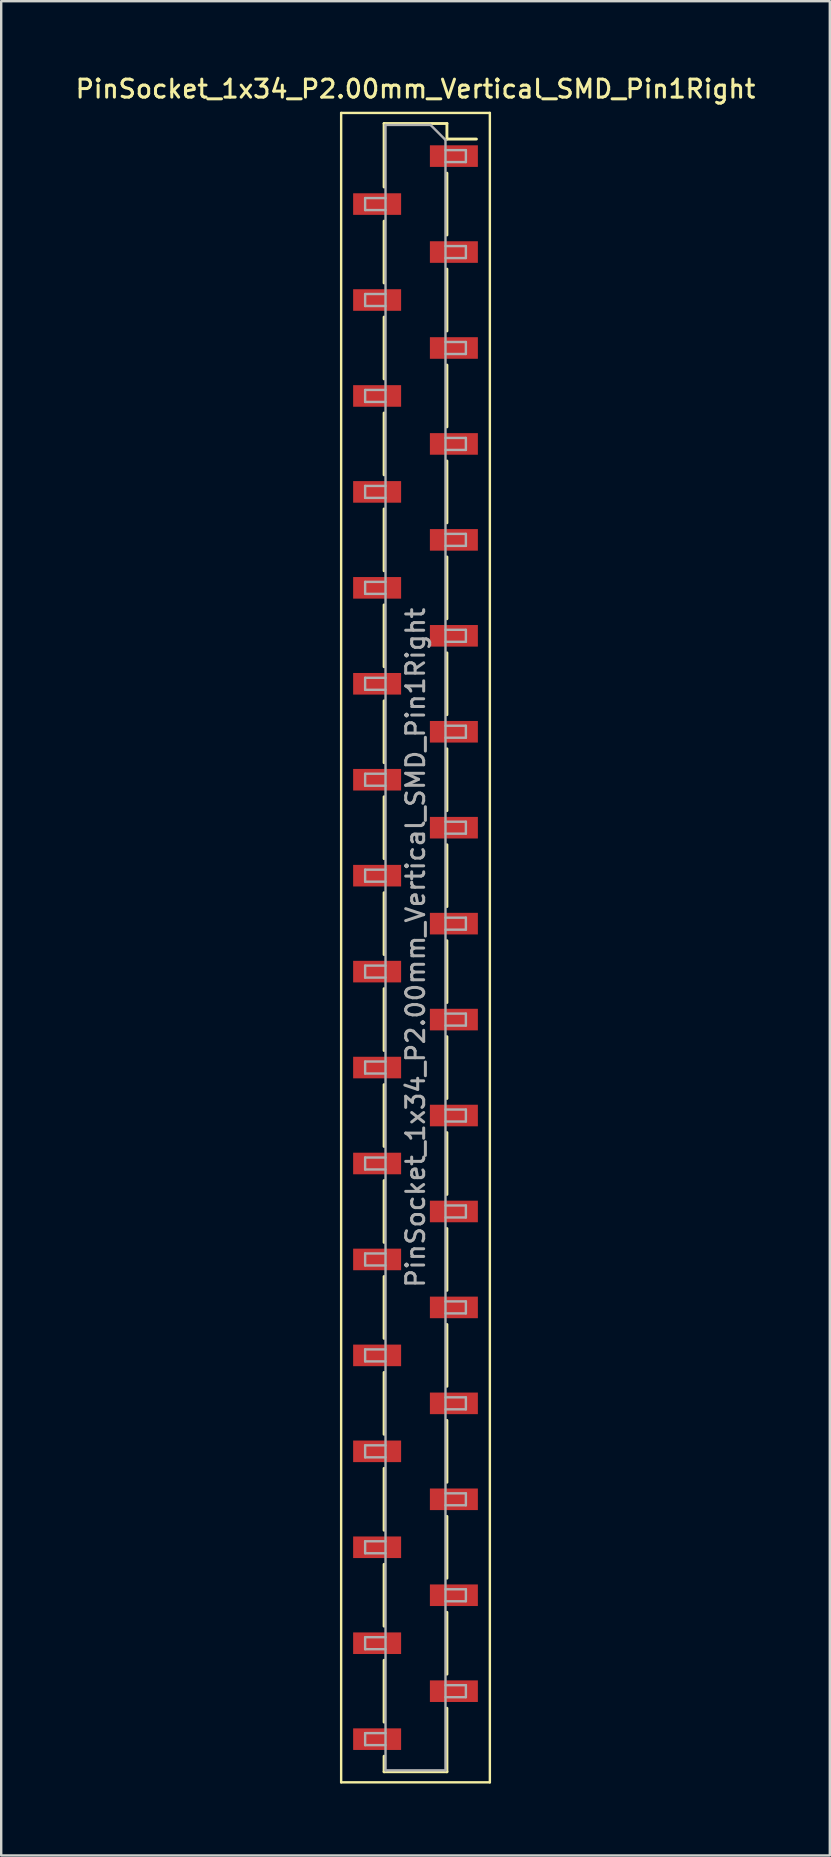
<source format=kicad_pcb>
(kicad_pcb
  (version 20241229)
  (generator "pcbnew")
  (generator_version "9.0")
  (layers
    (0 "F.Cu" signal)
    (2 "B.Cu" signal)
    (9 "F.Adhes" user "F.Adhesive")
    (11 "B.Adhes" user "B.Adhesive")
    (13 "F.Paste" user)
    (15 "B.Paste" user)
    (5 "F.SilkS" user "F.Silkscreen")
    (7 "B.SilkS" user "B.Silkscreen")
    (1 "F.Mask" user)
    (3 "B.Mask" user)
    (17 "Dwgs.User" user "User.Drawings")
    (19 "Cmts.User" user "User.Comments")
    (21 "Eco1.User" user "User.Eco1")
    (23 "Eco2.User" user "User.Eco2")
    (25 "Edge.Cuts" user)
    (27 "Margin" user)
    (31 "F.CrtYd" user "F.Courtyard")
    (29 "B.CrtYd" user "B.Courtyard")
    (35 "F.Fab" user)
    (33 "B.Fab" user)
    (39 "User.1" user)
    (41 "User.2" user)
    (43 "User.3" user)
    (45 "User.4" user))
  (footprint "PinSocket_1x34_P2.00mm_Vertical_SMD_Pin1Right"
    (layer "F.Cu")
    (at 14.273 36.458)
    (property "Reference" "PinSocket_1x34_P2.00mm_Vertical_SMD_Pin1Right" (at 0 -35.8 0) (layer "F.SilkS") (effects (font (size 0.75 0.75) (thickness 0.125))))
    (attr smd)
    (fp_line (start -3.1 -34.8) (end 3.1 -34.8) (stroke (width 0.1) (type solid)) (layer "F.SilkS"))
    (fp_line (start -3.1 34.8) (end -3.1 -34.8) (stroke (width 0.1) (type solid)) (layer "F.SilkS"))
    (fp_line (start -1.31 -34.36) (end -1.31 -31.71) (stroke (width 0.12) (type solid)) (layer "F.SilkS"))
    (fp_line (start -1.31 -34.36) (end 1.31 -34.36) (stroke (width 0.12) (type solid)) (layer "F.SilkS"))
    (fp_line (start -1.31 -30.29) (end -1.31 -27.71) (stroke (width 0.12) (type solid)) (layer "F.SilkS"))
    (fp_line (start -1.31 -26.29) (end -1.31 -23.71) (stroke (width 0.12) (type solid)) (layer "F.SilkS"))
    (fp_line (start -1.31 -22.29) (end -1.31 -19.71) (stroke (width 0.12) (type solid)) (layer "F.SilkS"))
    (fp_line (start -1.31 -18.29) (end -1.31 -15.71) (stroke (width 0.12) (type solid)) (layer "F.SilkS"))
    (fp_line (start -1.31 -14.29) (end -1.31 -11.71) (stroke (width 0.12) (type solid)) (layer "F.SilkS"))
    (fp_line (start -1.31 -10.29) (end -1.31 -7.71) (stroke (width 0.12) (type solid)) (layer "F.SilkS"))
    (fp_line (start -1.31 -6.29) (end -1.31 -3.71) (stroke (width 0.12) (type solid)) (layer "F.SilkS"))
    (fp_line (start -1.31 -2.29) (end -1.31 0.29) (stroke (width 0.12) (type solid)) (layer "F.SilkS"))
    (fp_line (start -1.31 1.71) (end -1.31 4.29) (stroke (width 0.12) (type solid)) (layer "F.SilkS"))
    (fp_line (start -1.31 5.71) (end -1.31 8.29) (stroke (width 0.12) (type solid)) (layer "F.SilkS"))
    (fp_line (start -1.31 9.71) (end -1.31 12.29) (stroke (width 0.12) (type solid)) (layer "F.SilkS"))
    (fp_line (start -1.31 13.71) (end -1.31 16.29) (stroke (width 0.12) (type solid)) (layer "F.SilkS"))
    (fp_line (start -1.31 17.71) (end -1.31 20.29) (stroke (width 0.12) (type solid)) (layer "F.SilkS"))
    (fp_line (start -1.31 21.71) (end -1.31 24.29) (stroke (width 0.12) (type solid)) (layer "F.SilkS"))
    (fp_line (start -1.31 25.71) (end -1.31 28.29) (stroke (width 0.12) (type solid)) (layer "F.SilkS"))
    (fp_line (start -1.31 29.71) (end -1.31 32.29) (stroke (width 0.12) (type solid)) (layer "F.SilkS"))
    (fp_line (start -1.31 33.71) (end -1.31 34.36) (stroke (width 0.12) (type solid)) (layer "F.SilkS"))
    (fp_line (start -1.31 34.36) (end 1.31 34.36) (stroke (width 0.12) (type solid)) (layer "F.SilkS"))
    (fp_line (start 1.31 -34.36) (end 1.31 -33.71) (stroke (width 0.12) (type solid)) (layer "F.SilkS"))
    (fp_line (start 1.31 -33.71) (end 2.54 -33.71) (stroke (width 0.12) (type solid)) (layer "F.SilkS"))
    (fp_line (start 1.31 -32.29) (end 1.31 -29.71) (stroke (width 0.12) (type solid)) (layer "F.SilkS"))
    (fp_line (start 1.31 -28.29) (end 1.31 -25.71) (stroke (width 0.12) (type solid)) (layer "F.SilkS"))
    (fp_line (start 1.31 -24.29) (end 1.31 -21.71) (stroke (width 0.12) (type solid)) (layer "F.SilkS"))
    (fp_line (start 1.31 -20.29) (end 1.31 -17.71) (stroke (width 0.12) (type solid)) (layer "F.SilkS"))
    (fp_line (start 1.31 -16.29) (end 1.31 -13.71) (stroke (width 0.12) (type solid)) (layer "F.SilkS"))
    (fp_line (start 1.31 -12.29) (end 1.31 -9.71) (stroke (width 0.12) (type solid)) (layer "F.SilkS"))
    (fp_line (start 1.31 -8.29) (end 1.31 -5.71) (stroke (width 0.12) (type solid)) (layer "F.SilkS"))
    (fp_line (start 1.31 -4.29) (end 1.31 -1.71) (stroke (width 0.12) (type solid)) (layer "F.SilkS"))
    (fp_line (start 1.31 -0.29) (end 1.31 2.29) (stroke (width 0.12) (type solid)) (layer "F.SilkS"))
    (fp_line (start 1.31 3.71) (end 1.31 6.29) (stroke (width 0.12) (type solid)) (layer "F.SilkS"))
    (fp_line (start 1.31 7.71) (end 1.31 10.29) (stroke (width 0.12) (type solid)) (layer "F.SilkS"))
    (fp_line (start 1.31 11.71) (end 1.31 14.29) (stroke (width 0.12) (type solid)) (layer "F.SilkS"))
    (fp_line (start 1.31 15.71) (end 1.31 18.29) (stroke (width 0.12) (type solid)) (layer "F.SilkS"))
    (fp_line (start 1.31 19.71) (end 1.31 22.29) (stroke (width 0.12) (type solid)) (layer "F.SilkS"))
    (fp_line (start 1.31 23.71) (end 1.31 26.29) (stroke (width 0.12) (type solid)) (layer "F.SilkS"))
    (fp_line (start 1.31 27.71) (end 1.31 30.29) (stroke (width 0.12) (type solid)) (layer "F.SilkS"))
    (fp_line (start 1.31 31.71) (end 1.31 34.36) (stroke (width 0.12) (type solid)) (layer "F.SilkS"))
    (fp_line (start 3.1 -34.8) (end 3.1 34.8) (stroke (width 0.1) (type solid)) (layer "F.SilkS"))
    (fp_line (start 3.1 34.8) (end -3.1 34.8) (stroke (width 0.1) (type solid)) (layer "F.SilkS"))
    (fp_line (start -2.1 -31.25) (end -1.25 -31.25) (stroke (width 0.1) (type solid)) (layer "F.Fab"))
    (fp_line (start -2.1 -30.75) (end -2.1 -31.25) (stroke (width 0.1) (type solid)) (layer "F.Fab"))
    (fp_line (start -2.1 -27.25) (end -1.25 -27.25) (stroke (width 0.1) (type solid)) (layer "F.Fab"))
    (fp_line (start -2.1 -26.75) (end -2.1 -27.25) (stroke (width 0.1) (type solid)) (layer "F.Fab"))
    (fp_line (start -2.1 -23.25) (end -1.25 -23.25) (stroke (width 0.1) (type solid)) (layer "F.Fab"))
    (fp_line (start -2.1 -22.75) (end -2.1 -23.25) (stroke (width 0.1) (type solid)) (layer "F.Fab"))
    (fp_line (start -2.1 -19.25) (end -1.25 -19.25) (stroke (width 0.1) (type solid)) (layer "F.Fab"))
    (fp_line (start -2.1 -18.75) (end -2.1 -19.25) (stroke (width 0.1) (type solid)) (layer "F.Fab"))
    (fp_line (start -2.1 -15.25) (end -1.25 -15.25) (stroke (width 0.1) (type solid)) (layer "F.Fab"))
    (fp_line (start -2.1 -14.75) (end -2.1 -15.25) (stroke (width 0.1) (type solid)) (layer "F.Fab"))
    (fp_line (start -2.1 -11.25) (end -1.25 -11.25) (stroke (width 0.1) (type solid)) (layer "F.Fab"))
    (fp_line (start -2.1 -10.75) (end -2.1 -11.25) (stroke (width 0.1) (type solid)) (layer "F.Fab"))
    (fp_line (start -2.1 -7.25) (end -1.25 -7.25) (stroke (width 0.1) (type solid)) (layer "F.Fab"))
    (fp_line (start -2.1 -6.75) (end -2.1 -7.25) (stroke (width 0.1) (type solid)) (layer "F.Fab"))
    (fp_line (start -2.1 -3.25) (end -1.25 -3.25) (stroke (width 0.1) (type solid)) (layer "F.Fab"))
    (fp_line (start -2.1 -2.75) (end -2.1 -3.25) (stroke (width 0.1) (type solid)) (layer "F.Fab"))
    (fp_line (start -2.1 0.75) (end -1.25 0.75) (stroke (width 0.1) (type solid)) (layer "F.Fab"))
    (fp_line (start -2.1 1.25) (end -2.1 0.75) (stroke (width 0.1) (type solid)) (layer "F.Fab"))
    (fp_line (start -2.1 4.75) (end -1.25 4.75) (stroke (width 0.1) (type solid)) (layer "F.Fab"))
    (fp_line (start -2.1 5.25) (end -2.1 4.75) (stroke (width 0.1) (type solid)) (layer "F.Fab"))
    (fp_line (start -2.1 8.75) (end -1.25 8.75) (stroke (width 0.1) (type solid)) (layer "F.Fab"))
    (fp_line (start -2.1 9.25) (end -2.1 8.75) (stroke (width 0.1) (type solid)) (layer "F.Fab"))
    (fp_line (start -2.1 12.75) (end -1.25 12.75) (stroke (width 0.1) (type solid)) (layer "F.Fab"))
    (fp_line (start -2.1 13.25) (end -2.1 12.75) (stroke (width 0.1) (type solid)) (layer "F.Fab"))
    (fp_line (start -2.1 16.75) (end -1.25 16.75) (stroke (width 0.1) (type solid)) (layer "F.Fab"))
    (fp_line (start -2.1 17.25) (end -2.1 16.75) (stroke (width 0.1) (type solid)) (layer "F.Fab"))
    (fp_line (start -2.1 20.75) (end -1.25 20.75) (stroke (width 0.1) (type solid)) (layer "F.Fab"))
    (fp_line (start -2.1 21.25) (end -2.1 20.75) (stroke (width 0.1) (type solid)) (layer "F.Fab"))
    (fp_line (start -2.1 24.75) (end -1.25 24.75) (stroke (width 0.1) (type solid)) (layer "F.Fab"))
    (fp_line (start -2.1 25.25) (end -2.1 24.75) (stroke (width 0.1) (type solid)) (layer "F.Fab"))
    (fp_line (start -2.1 28.75) (end -1.25 28.75) (stroke (width 0.1) (type solid)) (layer "F.Fab"))
    (fp_line (start -2.1 29.25) (end -2.1 28.75) (stroke (width 0.1) (type solid)) (layer "F.Fab"))
    (fp_line (start -2.1 32.75) (end -1.25 32.75) (stroke (width 0.1) (type solid)) (layer "F.Fab"))
    (fp_line (start -2.1 33.25) (end -2.1 32.75) (stroke (width 0.1) (type solid)) (layer "F.Fab"))
    (fp_line (start -1.25 -34.3) (end 0.625 -34.3) (stroke (width 0.1) (type solid)) (layer "F.Fab"))
    (fp_line (start -1.25 -30.75) (end -2.1 -30.75) (stroke (width 0.1) (type solid)) (layer "F.Fab"))
    (fp_line (start -1.25 -26.75) (end -2.1 -26.75) (stroke (width 0.1) (type solid)) (layer "F.Fab"))
    (fp_line (start -1.25 -22.75) (end -2.1 -22.75) (stroke (width 0.1) (type solid)) (layer "F.Fab"))
    (fp_line (start -1.25 -18.75) (end -2.1 -18.75) (stroke (width 0.1) (type solid)) (layer "F.Fab"))
    (fp_line (start -1.25 -14.75) (end -2.1 -14.75) (stroke (width 0.1) (type solid)) (layer "F.Fab"))
    (fp_line (start -1.25 -10.75) (end -2.1 -10.75) (stroke (width 0.1) (type solid)) (layer "F.Fab"))
    (fp_line (start -1.25 -6.75) (end -2.1 -6.75) (stroke (width 0.1) (type solid)) (layer "F.Fab"))
    (fp_line (start -1.25 -2.75) (end -2.1 -2.75) (stroke (width 0.1) (type solid)) (layer "F.Fab"))
    (fp_line (start -1.25 1.25) (end -2.1 1.25) (stroke (width 0.1) (type solid)) (layer "F.Fab"))
    (fp_line (start -1.25 5.25) (end -2.1 5.25) (stroke (width 0.1) (type solid)) (layer "F.Fab"))
    (fp_line (start -1.25 9.25) (end -2.1 9.25) (stroke (width 0.1) (type solid)) (layer "F.Fab"))
    (fp_line (start -1.25 13.25) (end -2.1 13.25) (stroke (width 0.1) (type solid)) (layer "F.Fab"))
    (fp_line (start -1.25 17.25) (end -2.1 17.25) (stroke (width 0.1) (type solid)) (layer "F.Fab"))
    (fp_line (start -1.25 21.25) (end -2.1 21.25) (stroke (width 0.1) (type solid)) (layer "F.Fab"))
    (fp_line (start -1.25 25.25) (end -2.1 25.25) (stroke (width 0.1) (type solid)) (layer "F.Fab"))
    (fp_line (start -1.25 29.25) (end -2.1 29.25) (stroke (width 0.1) (type solid)) (layer "F.Fab"))
    (fp_line (start -1.25 33.25) (end -2.1 33.25) (stroke (width 0.1) (type solid)) (layer "F.Fab"))
    (fp_line (start -1.25 34.3) (end -1.25 -34.3) (stroke (width 0.1) (type solid)) (layer "F.Fab"))
    (fp_line (start 0.625 -34.3) (end 1.25 -33.675) (stroke (width 0.1) (type solid)) (layer "F.Fab"))
    (fp_line (start 1.25 -33.675) (end 1.25 34.3) (stroke (width 0.1) (type solid)) (layer "F.Fab"))
    (fp_line (start 1.25 -33.25) (end 2.1 -33.25) (stroke (width 0.1) (type solid)) (layer "F.Fab"))
    (fp_line (start 1.25 -29.25) (end 2.1 -29.25) (stroke (width 0.1) (type solid)) (layer "F.Fab"))
    (fp_line (start 1.25 -25.25) (end 2.1 -25.25) (stroke (width 0.1) (type solid)) (layer "F.Fab"))
    (fp_line (start 1.25 -21.25) (end 2.1 -21.25) (stroke (width 0.1) (type solid)) (layer "F.Fab"))
    (fp_line (start 1.25 -17.25) (end 2.1 -17.25) (stroke (width 0.1) (type solid)) (layer "F.Fab"))
    (fp_line (start 1.25 -13.25) (end 2.1 -13.25) (stroke (width 0.1) (type solid)) (layer "F.Fab"))
    (fp_line (start 1.25 -9.25) (end 2.1 -9.25) (stroke (width 0.1) (type solid)) (layer "F.Fab"))
    (fp_line (start 1.25 -5.25) (end 2.1 -5.25) (stroke (width 0.1) (type solid)) (layer "F.Fab"))
    (fp_line (start 1.25 -1.25) (end 2.1 -1.25) (stroke (width 0.1) (type solid)) (layer "F.Fab"))
    (fp_line (start 1.25 2.75) (end 2.1 2.75) (stroke (width 0.1) (type solid)) (layer "F.Fab"))
    (fp_line (start 1.25 6.75) (end 2.1 6.75) (stroke (width 0.1) (type solid)) (layer "F.Fab"))
    (fp_line (start 1.25 10.75) (end 2.1 10.75) (stroke (width 0.1) (type solid)) (layer "F.Fab"))
    (fp_line (start 1.25 14.75) (end 2.1 14.75) (stroke (width 0.1) (type solid)) (layer "F.Fab"))
    (fp_line (start 1.25 18.75) (end 2.1 18.75) (stroke (width 0.1) (type solid)) (layer "F.Fab"))
    (fp_line (start 1.25 22.75) (end 2.1 22.75) (stroke (width 0.1) (type solid)) (layer "F.Fab"))
    (fp_line (start 1.25 26.75) (end 2.1 26.75) (stroke (width 0.1) (type solid)) (layer "F.Fab"))
    (fp_line (start 1.25 30.75) (end 2.1 30.75) (stroke (width 0.1) (type solid)) (layer "F.Fab"))
    (fp_line (start 1.25 34.3) (end -1.25 34.3) (stroke (width 0.1) (type solid)) (layer "F.Fab"))
    (fp_line (start 2.1 -33.25) (end 2.1 -32.75) (stroke (width 0.1) (type solid)) (layer "F.Fab"))
    (fp_line (start 2.1 -32.75) (end 1.25 -32.75) (stroke (width 0.1) (type solid)) (layer "F.Fab"))
    (fp_line (start 2.1 -29.25) (end 2.1 -28.75) (stroke (width 0.1) (type solid)) (layer "F.Fab"))
    (fp_line (start 2.1 -28.75) (end 1.25 -28.75) (stroke (width 0.1) (type solid)) (layer "F.Fab"))
    (fp_line (start 2.1 -25.25) (end 2.1 -24.75) (stroke (width 0.1) (type solid)) (layer "F.Fab"))
    (fp_line (start 2.1 -24.75) (end 1.25 -24.75) (stroke (width 0.1) (type solid)) (layer "F.Fab"))
    (fp_line (start 2.1 -21.25) (end 2.1 -20.75) (stroke (width 0.1) (type solid)) (layer "F.Fab"))
    (fp_line (start 2.1 -20.75) (end 1.25 -20.75) (stroke (width 0.1) (type solid)) (layer "F.Fab"))
    (fp_line (start 2.1 -17.25) (end 2.1 -16.75) (stroke (width 0.1) (type solid)) (layer "F.Fab"))
    (fp_line (start 2.1 -16.75) (end 1.25 -16.75) (stroke (width 0.1) (type solid)) (layer "F.Fab"))
    (fp_line (start 2.1 -13.25) (end 2.1 -12.75) (stroke (width 0.1) (type solid)) (layer "F.Fab"))
    (fp_line (start 2.1 -12.75) (end 1.25 -12.75) (stroke (width 0.1) (type solid)) (layer "F.Fab"))
    (fp_line (start 2.1 -9.25) (end 2.1 -8.75) (stroke (width 0.1) (type solid)) (layer "F.Fab"))
    (fp_line (start 2.1 -8.75) (end 1.25 -8.75) (stroke (width 0.1) (type solid)) (layer "F.Fab"))
    (fp_line (start 2.1 -5.25) (end 2.1 -4.75) (stroke (width 0.1) (type solid)) (layer "F.Fab"))
    (fp_line (start 2.1 -4.75) (end 1.25 -4.75) (stroke (width 0.1) (type solid)) (layer "F.Fab"))
    (fp_line (start 2.1 -1.25) (end 2.1 -0.75) (stroke (width 0.1) (type solid)) (layer "F.Fab"))
    (fp_line (start 2.1 -0.75) (end 1.25 -0.75) (stroke (width 0.1) (type solid)) (layer "F.Fab"))
    (fp_line (start 2.1 2.75) (end 2.1 3.25) (stroke (width 0.1) (type solid)) (layer "F.Fab"))
    (fp_line (start 2.1 3.25) (end 1.25 3.25) (stroke (width 0.1) (type solid)) (layer "F.Fab"))
    (fp_line (start 2.1 6.75) (end 2.1 7.25) (stroke (width 0.1) (type solid)) (layer "F.Fab"))
    (fp_line (start 2.1 7.25) (end 1.25 7.25) (stroke (width 0.1) (type solid)) (layer "F.Fab"))
    (fp_line (start 2.1 10.75) (end 2.1 11.25) (stroke (width 0.1) (type solid)) (layer "F.Fab"))
    (fp_line (start 2.1 11.25) (end 1.25 11.25) (stroke (width 0.1) (type solid)) (layer "F.Fab"))
    (fp_line (start 2.1 14.75) (end 2.1 15.25) (stroke (width 0.1) (type solid)) (layer "F.Fab"))
    (fp_line (start 2.1 15.25) (end 1.25 15.25) (stroke (width 0.1) (type solid)) (layer "F.Fab"))
    (fp_line (start 2.1 18.75) (end 2.1 19.25) (stroke (width 0.1) (type solid)) (layer "F.Fab"))
    (fp_line (start 2.1 19.25) (end 1.25 19.25) (stroke (width 0.1) (type solid)) (layer "F.Fab"))
    (fp_line (start 2.1 22.75) (end 2.1 23.25) (stroke (width 0.1) (type solid)) (layer "F.Fab"))
    (fp_line (start 2.1 23.25) (end 1.25 23.25) (stroke (width 0.1) (type solid)) (layer "F.Fab"))
    (fp_line (start 2.1 26.75) (end 2.1 27.25) (stroke (width 0.1) (type solid)) (layer "F.Fab"))
    (fp_line (start 2.1 27.25) (end 1.25 27.25) (stroke (width 0.1) (type solid)) (layer "F.Fab"))
    (fp_line (start 2.1 30.75) (end 2.1 31.25) (stroke (width 0.1) (type solid)) (layer "F.Fab"))
    (fp_line (start 2.1 31.25) (end 1.25 31.25) (stroke (width 0.1) (type solid)) (layer "F.Fab"))
    (fp_text user "${REFERENCE}" (at 0 0 90) (layer "F.Fab") (effects (font (size 0.75 0.75) (thickness 0.125))))
    (pad "1" smd rect (at 1.6 -33) (size 2 0.9) (layers "F.Cu" "F.Mask" "F.Paste"))
    (pad "2" smd rect (at -1.6 -31) (size 2 0.9) (layers "F.Cu" "F.Mask" "F.Paste"))
    (pad "3" smd rect (at 1.6 -29) (size 2 0.9) (layers "F.Cu" "F.Mask" "F.Paste"))
    (pad "4" smd rect (at -1.6 -27) (size 2 0.9) (layers "F.Cu" "F.Mask" "F.Paste"))
    (pad "5" smd rect (at 1.6 -25) (size 2 0.9) (layers "F.Cu" "F.Mask" "F.Paste"))
    (pad "6" smd rect (at -1.6 -23) (size 2 0.9) (layers "F.Cu" "F.Mask" "F.Paste"))
    (pad "7" smd rect (at 1.6 -21) (size 2 0.9) (layers "F.Cu" "F.Mask" "F.Paste"))
    (pad "8" smd rect (at -1.6 -19) (size 2 0.9) (layers "F.Cu" "F.Mask" "F.Paste"))
    (pad "9" smd rect (at 1.6 -17) (size 2 0.9) (layers "F.Cu" "F.Mask" "F.Paste"))
    (pad "10" smd rect (at -1.6 -15) (size 2 0.9) (layers "F.Cu" "F.Mask" "F.Paste"))
    (pad "11" smd rect (at 1.6 -13) (size 2 0.9) (layers "F.Cu" "F.Mask" "F.Paste"))
    (pad "12" smd rect (at -1.6 -11) (size 2 0.9) (layers "F.Cu" "F.Mask" "F.Paste"))
    (pad "13" smd rect (at 1.6 -9) (size 2 0.9) (layers "F.Cu" "F.Mask" "F.Paste"))
    (pad "14" smd rect (at -1.6 -7) (size 2 0.9) (layers "F.Cu" "F.Mask" "F.Paste"))
    (pad "15" smd rect (at 1.6 -5) (size 2 0.9) (layers "F.Cu" "F.Mask" "F.Paste"))
    (pad "16" smd rect (at -1.6 -3) (size 2 0.9) (layers "F.Cu" "F.Mask" "F.Paste"))
    (pad "17" smd rect (at 1.6 -1) (size 2 0.9) (layers "F.Cu" "F.Mask" "F.Paste"))
    (pad "18" smd rect (at -1.6 1) (size 2 0.9) (layers "F.Cu" "F.Mask" "F.Paste"))
    (pad "19" smd rect (at 1.6 3) (size 2 0.9) (layers "F.Cu" "F.Mask" "F.Paste"))
    (pad "20" smd rect (at -1.6 5) (size 2 0.9) (layers "F.Cu" "F.Mask" "F.Paste"))
    (pad "21" smd rect (at 1.6 7) (size 2 0.9) (layers "F.Cu" "F.Mask" "F.Paste"))
    (pad "22" smd rect (at -1.6 9) (size 2 0.9) (layers "F.Cu" "F.Mask" "F.Paste"))
    (pad "23" smd rect (at 1.6 11) (size 2 0.9) (layers "F.Cu" "F.Mask" "F.Paste"))
    (pad "24" smd rect (at -1.6 13) (size 2 0.9) (layers "F.Cu" "F.Mask" "F.Paste"))
    (pad "25" smd rect (at 1.6 15) (size 2 0.9) (layers "F.Cu" "F.Mask" "F.Paste"))
    (pad "26" smd rect (at -1.6 17) (size 2 0.9) (layers "F.Cu" "F.Mask" "F.Paste"))
    (pad "27" smd rect (at 1.6 19) (size 2 0.9) (layers "F.Cu" "F.Mask" "F.Paste"))
    (pad "28" smd rect (at -1.6 21) (size 2 0.9) (layers "F.Cu" "F.Mask" "F.Paste"))
    (pad "29" smd rect (at 1.6 23) (size 2 0.9) (layers "F.Cu" "F.Mask" "F.Paste"))
    (pad "30" smd rect (at -1.6 25) (size 2 0.9) (layers "F.Cu" "F.Mask" "F.Paste"))
    (pad "31" smd rect (at 1.6 27) (size 2 0.9) (layers "F.Cu" "F.Mask" "F.Paste"))
    (pad "32" smd rect (at -1.6 29) (size 2 0.9) (layers "F.Cu" "F.Mask" "F.Paste"))
    (pad "33" smd rect (at 1.6 31) (size 2 0.9) (layers "F.Cu" "F.Mask" "F.Paste"))
    (pad "34" smd rect (at -1.6 33) (size 2 0.9) (layers "F.Cu" "F.Mask" "F.Paste")))
  (gr_rect
    (start -3 -3)
    (end 31.546 74.308)
    (stroke (width 0.1) (type default))
    (fill no)
    (layer "Edge.Cuts")))
</source>
